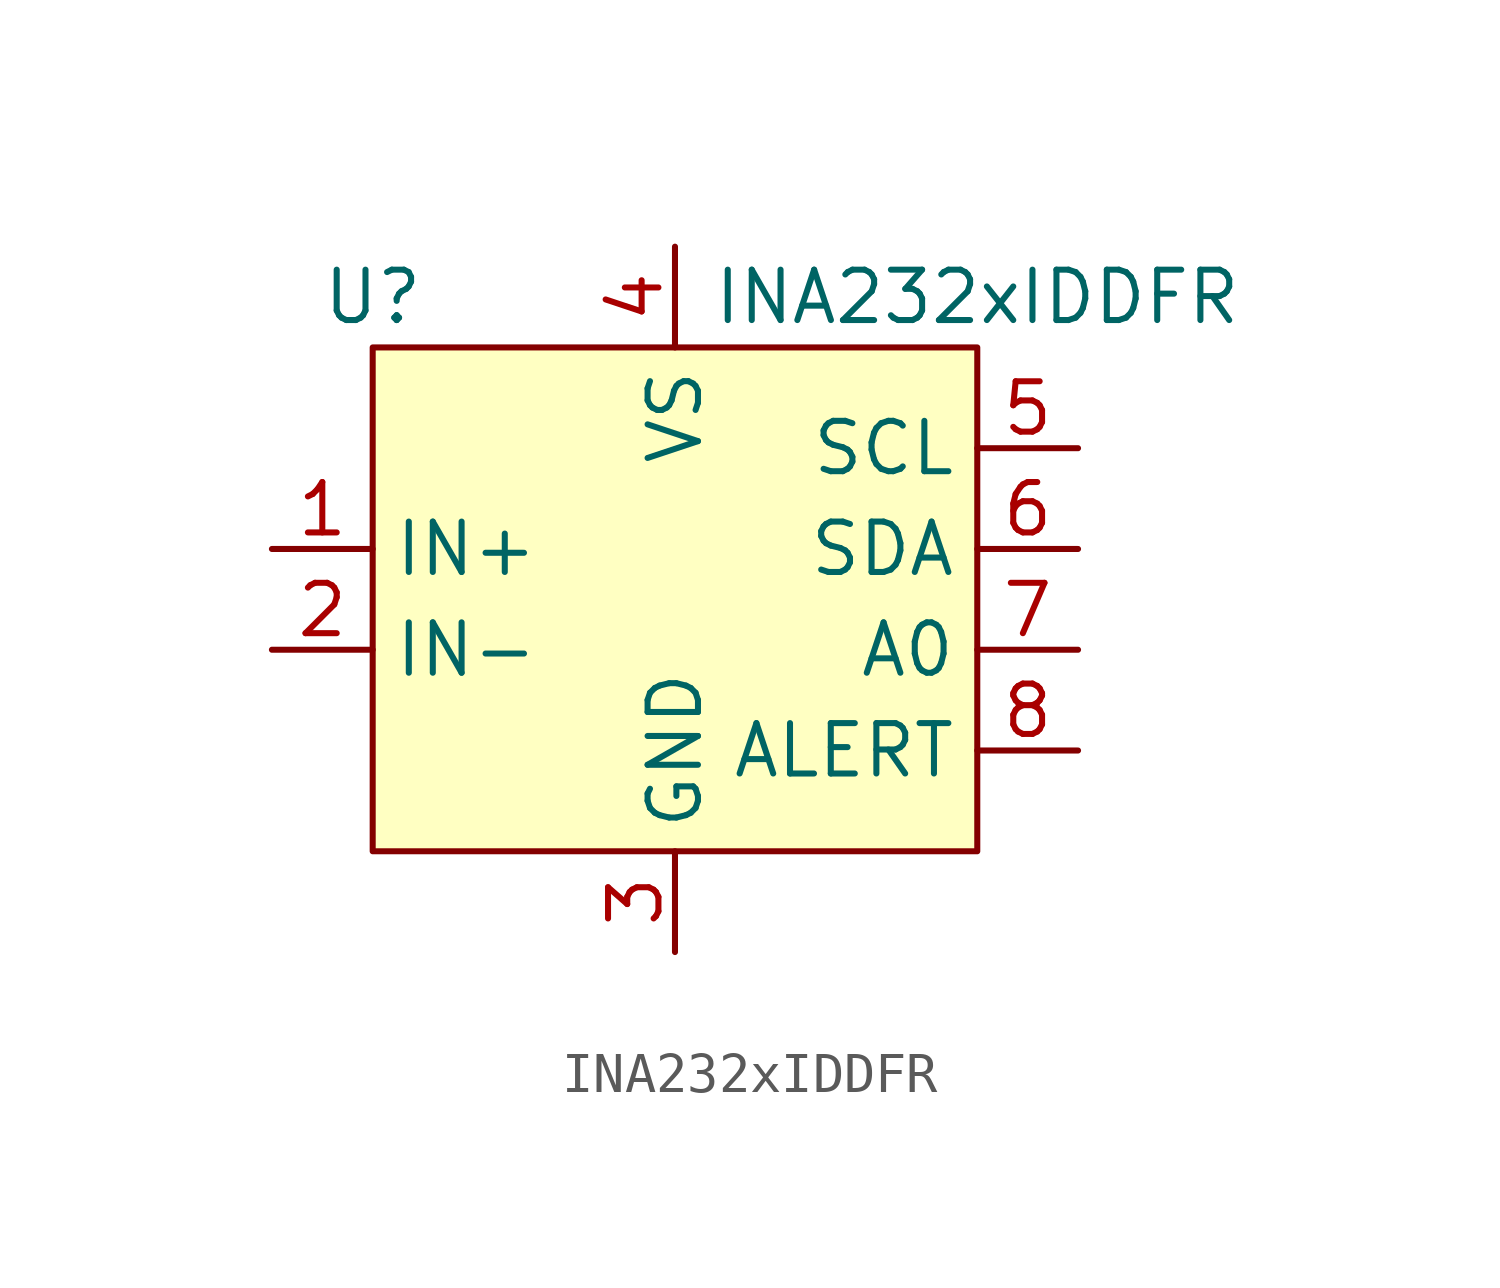
<source format=kicad_sym>
(kicad_symbol_lib
  (version 20220914)
  (generator kicad_symbol_editor)
  (symbol "INA232xIDDFR"
    (property "Reference" "U"
      (at -7.62 7.62 0)
      (effects (font (size 1.27 1.27))))
    (property "Value" "INA232xIDDFR"
      (at 7.62 7.62 0)
      (effects (font (size 1.27 1.27))))
    (symbol "INA232xIDDFR_1_1"
      (rectangle (start -7.62 6.35) (end 7.62 -6.35) (stroke (width 0) (type default)) (fill (type background)))
      (pin input line (at -10.16 1.27 0) (length 2.54) (name "IN+" (effects (font (size 1.27 1.27)))) (number "1" (effects (font (size 1.27 1.27)))))
      (pin input line (at -10.16 -1.27 0) (length 2.54) (name "IN-" (effects (font (size 1.27 1.27)))) (number "2" (effects (font (size 1.27 1.27)))))
      (pin power_in line (at 0 -8.89 90) (length 2.54) (name "GND" (effects (font (size 1.27 1.27)))) (number "3" (effects (font (size 1.27 1.27)))))
      (pin power_in line (at 0 8.89 270) (length 2.54) (name "VS" (effects (font (size 1.27 1.27)))) (number "4" (effects (font (size 1.27 1.27)))))
      (pin input line (at 10.16 3.81 180) (length 2.54) (name "SCL" (effects (font (size 1.27 1.27)))) (number "5" (effects (font (size 1.27 1.27)))))
      (pin bidirectional line (at 10.16 1.27 180) (length 2.54) (name "SDA" (effects (font (size 1.27 1.27)))) (number "6" (effects (font (size 1.27 1.27)))))
      (pin input line (at 10.16 -1.27 180) (length 2.54) (name "A0" (effects (font (size 1.27 1.27)))) (number "7" (effects (font (size 1.27 1.27)))))
      (pin output line (at 10.16 -3.81 180) (length 2.54) (name "ALERT" (effects (font (size 1.27 1.27)))) (number "8" (effects (font (size 1.27 1.27))))))))
</source>
